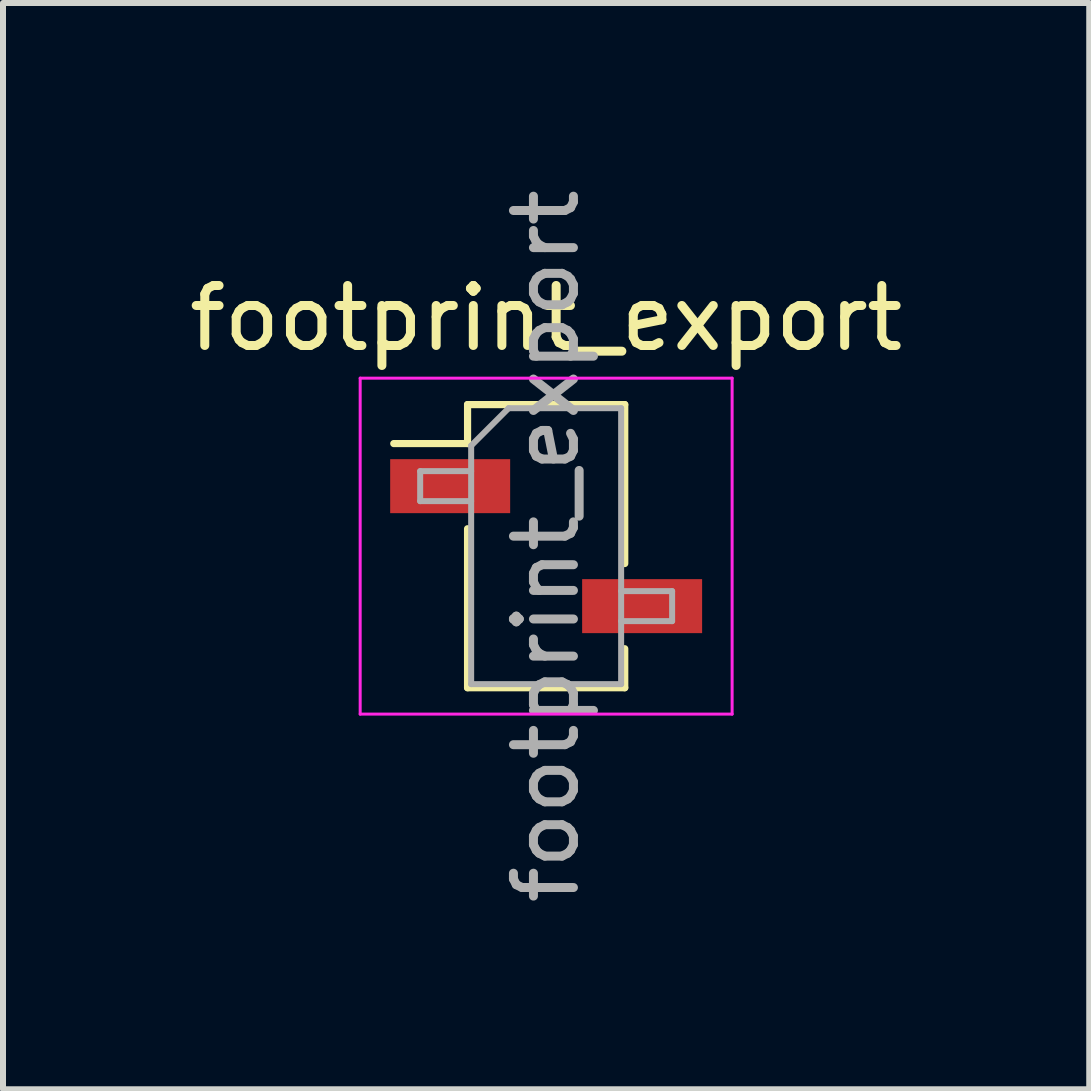
<source format=kicad_pcb>
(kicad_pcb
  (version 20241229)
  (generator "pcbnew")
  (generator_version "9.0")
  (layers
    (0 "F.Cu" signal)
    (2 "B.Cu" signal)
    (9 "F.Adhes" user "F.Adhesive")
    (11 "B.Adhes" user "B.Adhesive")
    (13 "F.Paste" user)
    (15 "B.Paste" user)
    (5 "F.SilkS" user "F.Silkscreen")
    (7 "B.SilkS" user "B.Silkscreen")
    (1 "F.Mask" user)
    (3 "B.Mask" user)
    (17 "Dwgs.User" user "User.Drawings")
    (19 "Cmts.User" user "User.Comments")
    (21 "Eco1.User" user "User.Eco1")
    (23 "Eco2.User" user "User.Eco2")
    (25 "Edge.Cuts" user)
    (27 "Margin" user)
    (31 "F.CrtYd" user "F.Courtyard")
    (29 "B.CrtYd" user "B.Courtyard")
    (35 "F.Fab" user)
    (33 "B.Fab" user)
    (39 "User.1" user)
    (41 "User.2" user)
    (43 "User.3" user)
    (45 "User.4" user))
  (footprint "footprint_export"
    (layer "F.Cu")
    (at 6.054 6.054)
    (property "Reference" "footprint_export" (at 0 -3.8 0) (layer "F.SilkS") (effects (font (size 1 1) (thickness 0.15))))
    (attr smd)
    (fp_line (start -2.54 -1.71) (end -1.31 -1.71) (stroke (width 0.12) (type solid)) (layer "F.SilkS"))
    (fp_line (start -1.31 -2.36) (end -1.31 -1.71) (stroke (width 0.12) (type solid)) (layer "F.SilkS"))
    (fp_line (start -1.31 -2.36) (end 1.31 -2.36) (stroke (width 0.12) (type solid)) (layer "F.SilkS"))
    (fp_line (start -1.31 -0.29) (end -1.31 2.36) (stroke (width 0.12) (type solid)) (layer "F.SilkS"))
    (fp_line (start -1.31 2.36) (end 1.31 2.36) (stroke (width 0.12) (type solid)) (layer "F.SilkS"))
    (fp_line (start 1.31 -2.36) (end 1.31 0.29) (stroke (width 0.12) (type solid)) (layer "F.SilkS"))
    (fp_line (start 1.31 1.71) (end 1.31 2.36) (stroke (width 0.12) (type solid)) (layer "F.SilkS"))
    (fp_line (start -3.1 -2.8) (end 3.1 -2.8) (stroke (width 0.05) (type solid)) (layer "F.CrtYd"))
    (fp_line (start -3.1 2.8) (end -3.1 -2.8) (stroke (width 0.05) (type solid)) (layer "F.CrtYd"))
    (fp_line (start 3.1 -2.8) (end 3.1 2.8) (stroke (width 0.05) (type solid)) (layer "F.CrtYd"))
    (fp_line (start 3.1 2.8) (end -3.1 2.8) (stroke (width 0.05) (type solid)) (layer "F.CrtYd"))
    (fp_line (start -2.1 -1.25) (end -1.25 -1.25) (stroke (width 0.1) (type solid)) (layer "F.Fab"))
    (fp_line (start -2.1 -0.75) (end -2.1 -1.25) (stroke (width 0.1) (type solid)) (layer "F.Fab"))
    (fp_line (start -1.25 -1.675) (end -0.625 -2.3) (stroke (width 0.1) (type solid)) (layer "F.Fab"))
    (fp_line (start -1.25 -0.75) (end -2.1 -0.75) (stroke (width 0.1) (type solid)) (layer "F.Fab"))
    (fp_line (start -1.25 2.3) (end -1.25 -1.675) (stroke (width 0.1) (type solid)) (layer "F.Fab"))
    (fp_line (start -0.625 -2.3) (end 1.25 -2.3) (stroke (width 0.1) (type solid)) (layer "F.Fab"))
    (fp_line (start 1.25 -2.3) (end 1.25 2.3) (stroke (width 0.1) (type solid)) (layer "F.Fab"))
    (fp_line (start 1.25 0.75) (end 2.1 0.75) (stroke (width 0.1) (type solid)) (layer "F.Fab"))
    (fp_line (start 1.25 2.3) (end -1.25 2.3) (stroke (width 0.1) (type solid)) (layer "F.Fab"))
    (fp_line (start 2.1 0.75) (end 2.1 1.25) (stroke (width 0.1) (type solid)) (layer "F.Fab"))
    (fp_line (start 2.1 1.25) (end 1.25 1.25) (stroke (width 0.1) (type solid)) (layer "F.Fab"))
    (fp_text user "${REFERENCE}" (at 0 0 90) (layer "F.Fab") (effects (font (size 1 1) (thickness 0.15))))
    (pad "1" smd rect (at -1.6 -1) (size 2 0.9) (layers "F.Cu" "F.Mask" "F.Paste"))
    (pad "2" smd rect (at 1.6 1) (size 2 0.9) (layers "F.Cu" "F.Mask" "F.Paste")))
  (gr_rect
    (start -3 -3)
    (end 15.107 15.107)
    (stroke (width 0.1) (type default))
    (fill no)
    (layer "Edge.Cuts")))
</source>
